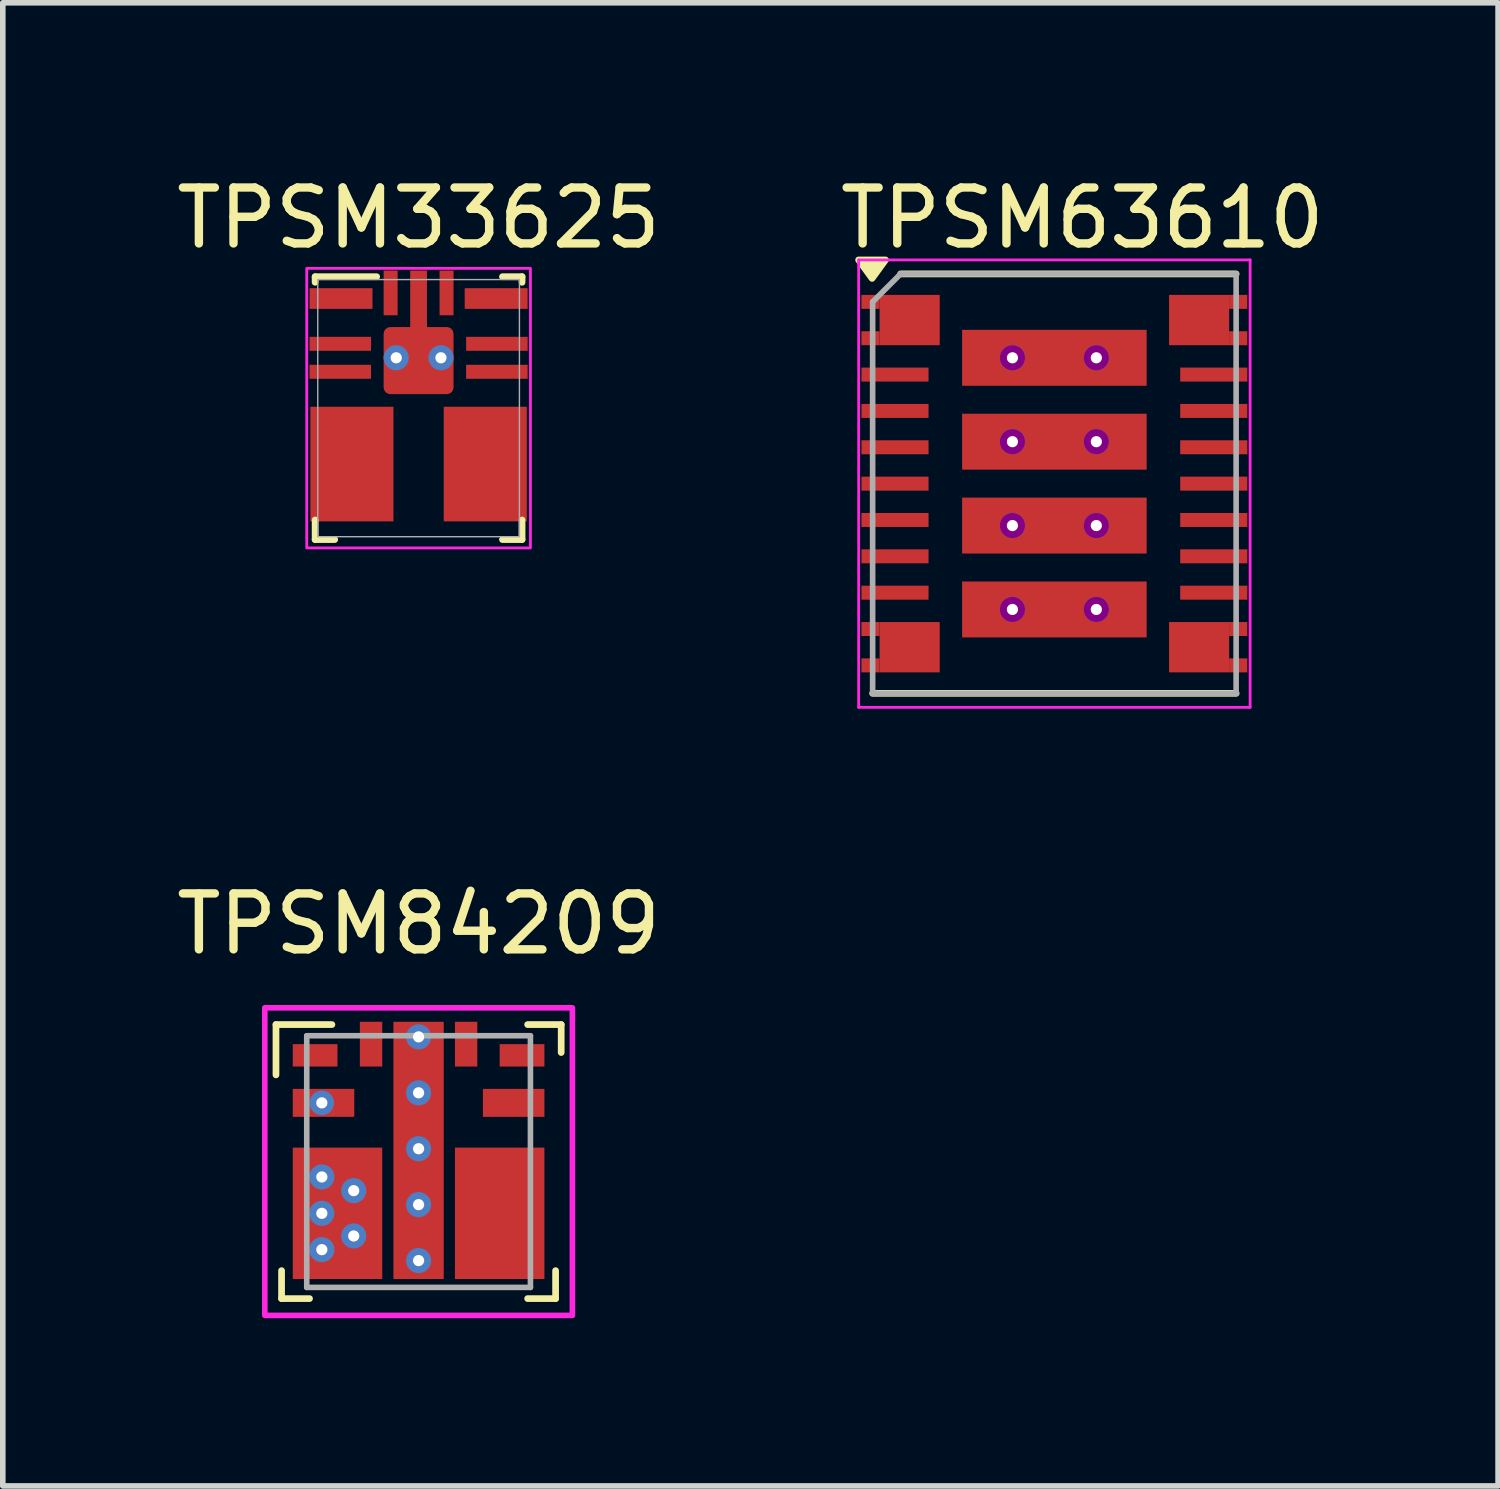
<source format=kicad_pcb>
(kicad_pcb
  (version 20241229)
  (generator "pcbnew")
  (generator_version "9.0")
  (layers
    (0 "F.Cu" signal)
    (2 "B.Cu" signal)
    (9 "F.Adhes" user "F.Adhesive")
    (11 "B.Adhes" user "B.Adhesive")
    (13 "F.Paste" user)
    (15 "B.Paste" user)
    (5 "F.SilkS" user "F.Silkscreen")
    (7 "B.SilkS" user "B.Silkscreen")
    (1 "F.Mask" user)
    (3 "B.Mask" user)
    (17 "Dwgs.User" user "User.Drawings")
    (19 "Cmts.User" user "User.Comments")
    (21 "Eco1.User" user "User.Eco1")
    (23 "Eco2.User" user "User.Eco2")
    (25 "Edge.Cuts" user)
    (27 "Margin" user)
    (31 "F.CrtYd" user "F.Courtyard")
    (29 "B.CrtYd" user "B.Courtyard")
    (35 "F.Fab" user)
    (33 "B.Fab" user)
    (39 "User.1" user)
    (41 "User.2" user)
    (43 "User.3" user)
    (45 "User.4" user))
  (footprint "TPSM63610"
    (layer "F.Cu")
    (at 15.804 5.848)
    (property "Reference" "TPSM63610" (at 0.5 -5 0) (unlocked yes) (layer "F.SilkS") (effects (font (size 1 1) (thickness 0.15))))
    (attr smd)
    (fp_line (start -3.25 3.5) (end 3.25 3.5) (stroke (width 0.12) (type solid)) (layer "F.SilkS"))
    (fp_line (start -2.75 -4) (end 3.25 -4) (stroke (width 0.12) (type solid)) (layer "F.SilkS"))
    (fp_poly (pts (xy -3.26 -3.92) (xy -3.5 -4.25) (xy -3.02 -4.25) (xy -3.26 -3.92)) (stroke (width 0.12) (type solid)) (fill yes) (layer "F.SilkS"))
    (fp_line (start -3.5 -4.25) (end 3.5 -4.25) (stroke (width 0.05) (type solid)) (layer "F.CrtYd"))
    (fp_line (start -3.5 3.75) (end -3.5 -4.25) (stroke (width 0.05) (type solid)) (layer "F.CrtYd"))
    (fp_line (start 3.5 -4.25) (end 3.5 3.75) (stroke (width 0.05) (type solid)) (layer "F.CrtYd"))
    (fp_line (start 3.5 3.75) (end -3.5 3.75) (stroke (width 0.05) (type solid)) (layer "F.CrtYd"))
    (fp_line (start -3.25 3.5) (end -3.25 -3.5) (stroke (width 0.1) (type solid)) (layer "F.Fab"))
    (fp_line (start -2.75 -4) (end -3.25 -3.5) (stroke (width 0.1) (type default)) (layer "F.Fab"))
    (fp_line (start -2.75 -4) (end 3.25 -4) (stroke (width 0.1) (type solid)) (layer "F.Fab"))
    (fp_line (start 3.25 -4) (end 3.25 3.5) (stroke (width 0.1) (type solid)) (layer "F.Fab"))
    (fp_line (start 3.25 3.5) (end -3.25 3.5) (stroke (width 0.1) (type solid)) (layer "F.Fab"))
    (pad "1" smd rect (at -3.288 -3.5 90) (size 0.25 0.325) (layers "F.Cu" "F.Mask" "F.Paste"))
    (pad "1" smd rect (at -3.288 -2.85 90) (size 0.25 0.325) (layers "F.Cu" "F.Mask" "F.Paste"))
    (pad "1" smd rect (at -2.588 -3.175 90) (size 0.9 1.075) (layers "F.Cu" "F.Mask" "F.Paste"))
    (pad "2" smd rect (at -2.85 -2.2 90) (size 0.25 1.2) (layers "F.Cu" "F.Mask" "F.Paste"))
    (pad "3" smd rect (at -2.85 -1.55 90) (size 0.25 1.2) (layers "F.Cu" "F.Mask" "F.Paste"))
    (pad "4" smd rect (at -2.85 -0.9 90) (size 0.25 1.2) (layers "F.Cu" "F.Mask" "F.Paste"))
    (pad "5" smd rect (at -2.85 -0.25 90) (size 0.25 1.2) (layers "F.Cu" "F.Mask" "F.Paste"))
    (pad "6" smd rect (at -2.85 0.4 90) (size 0.25 1.2) (layers "F.Cu" "F.Mask" "F.Paste"))
    (pad "7" smd rect (at -2.85 1.05 90) (size 0.25 1.2) (layers "F.Cu" "F.Mask" "F.Paste"))
    (pad "8" smd rect (at -2.85 1.7 90) (size 0.25 1.2) (layers "F.Cu" "F.Mask" "F.Paste"))
    (pad "9" smd rect (at -3.288 2.35 90) (size 0.25 0.325) (layers "F.Cu" "F.Mask" "F.Paste"))
    (pad "9" smd rect (at -3.288 3 90) (size 0.25 0.325) (layers "F.Cu" "F.Mask" "F.Paste"))
    (pad "9" smd rect (at -2.588 2.675 90) (size 0.9 1.075) (layers "F.Cu" "F.Mask" "F.Paste"))
    (pad "10" smd rect (at 2.588 2.675 90) (size 0.9 1.075) (layers "F.Cu" "F.Mask" "F.Paste"))
    (pad "10" smd rect (at 3.287 2.35 90) (size 0.25 0.325) (layers "F.Cu" "F.Mask" "F.Paste"))
    (pad "10" smd rect (at 3.287 3 90) (size 0.25 0.325) (layers "F.Cu" "F.Mask" "F.Paste"))
    (pad "11" smd rect (at 2.85 1.7 90) (size 0.25 1.2) (layers "F.Cu" "F.Mask" "F.Paste"))
    (pad "12" smd rect (at 2.85 1.05 90) (size 0.25 1.2) (layers "F.Cu" "F.Mask" "F.Paste"))
    (pad "13" smd rect (at 2.85 0.4 90) (size 0.25 1.2) (layers "F.Cu" "F.Mask" "F.Paste"))
    (pad "14" smd rect (at 2.85 -0.25 90) (size 0.25 1.2) (layers "F.Cu" "F.Mask" "F.Paste"))
    (pad "15" smd rect (at 2.85 -0.9 90) (size 0.25 1.2) (layers "F.Cu" "F.Mask" "F.Paste"))
    (pad "16" smd rect (at 2.85 -1.55 90) (size 0.25 1.2) (layers "F.Cu" "F.Mask" "F.Paste"))
    (pad "17" smd rect (at 2.85 -2.2 90) (size 0.25 1.2) (layers "F.Cu" "F.Mask" "F.Paste"))
    (pad "18" smd rect (at 2.588 -3.175 90) (size 0.9 1.075) (layers "F.Cu" "F.Mask" "F.Paste"))
    (pad "18" smd rect (at 3.287 -3.5 90) (size 0.25 0.325) (layers "F.Cu" "F.Mask" "F.Paste"))
    (pad "18" smd rect (at 3.287 -2.85 90) (size 0.25 0.325) (layers "F.Cu" "F.Mask" "F.Paste"))
    (pad "19" thru_hole circle (at -0.75 -2.5) (size 0.45 0.45) (drill 0.2) (property pad_prop_heatsink) (layers "*.Cu" "F.Adhes") (remove_unused_layers yes) (keep_end_layers yes) (zone_layer_connections))
    (pad "19" smd rect (at 0 -2.5 90) (size 1 3.3) (layers "F.Cu" "F.Mask" "F.Paste"))
    (pad "19" thru_hole circle (at 0.75 -2.5) (size 0.45 0.45) (drill 0.2) (property pad_prop_heatsink) (layers "*.Cu" "F.Adhes") (remove_unused_layers yes) (keep_end_layers yes) (zone_layer_connections))
    (pad "20" thru_hole circle (at -0.75 -1) (size 0.45 0.45) (drill 0.2) (property pad_prop_heatsink) (layers "*.Cu" "F.Adhes") (remove_unused_layers yes) (keep_end_layers yes) (zone_layer_connections))
    (pad "20" smd rect (at 0 -1 90) (size 1 3.3) (layers "F.Cu" "F.Mask" "F.Paste"))
    (pad "20" thru_hole circle (at 0.75 -1) (size 0.45 0.45) (drill 0.2) (property pad_prop_heatsink) (layers "*.Cu" "F.Adhes") (remove_unused_layers yes) (keep_end_layers yes) (zone_layer_connections))
    (pad "21" thru_hole circle (at -0.75 0.5) (size 0.45 0.45) (drill 0.2) (property pad_prop_heatsink) (layers "*.Cu" "F.Adhes") (remove_unused_layers yes) (keep_end_layers yes) (zone_layer_connections))
    (pad "21" smd rect (at 0 0.5 90) (size 1 3.3) (layers "F.Cu" "F.Mask" "F.Paste"))
    (pad "21" thru_hole circle (at 0.75 0.5) (size 0.45 0.45) (drill 0.2) (property pad_prop_heatsink) (layers "*.Cu" "F.Adhes") (remove_unused_layers yes) (keep_end_layers yes) (zone_layer_connections))
    (pad "22" thru_hole circle (at -0.75 2) (size 0.45 0.45) (drill 0.2) (property pad_prop_heatsink) (layers "*.Cu" "F.Adhes") (remove_unused_layers yes) (keep_end_layers yes) (zone_layer_connections))
    (pad "22" smd rect (at 0 2 90) (size 1 3.3) (layers "F.Cu" "F.Mask" "F.Paste"))
    (pad "22" thru_hole circle (at 0.75 2) (size 0.45 0.45) (drill 0.2) (property pad_prop_heatsink) (layers "*.Cu" "F.Adhes") (remove_unused_layers yes) (keep_end_layers yes) (zone_layer_connections)))
  (footprint "TPSM33625"
    (layer "F.Cu")
    (at 4.435 4.248)
    (property "Reference" "TPSM33625" (at 0 -3.4 0) (unlocked yes) (layer "F.SilkS") (effects (font (size 1 1) (thickness 0.15))))
    (attr smd)
    (fp_poly (pts (xy -1.55 -0.025) (xy -1.55 0.175) (xy -1.935 0.175) (xy -1.935 0.425) (xy -1.55 0.425) (xy -1.55 0.675) (xy -1.935 0.675) (xy -1.935 0.925) (xy -1.55 0.925) (xy -1.55 1.175) (xy -1.935 1.175) (xy -1.935 1.425) (xy -1.55 1.425) (xy -1.55 1.675) (xy -1.935 1.675) (xy -1.935 1.925) (xy -1.55 1.925) (xy -1.55 2.025) (xy -0.45 2.025) (xy -0.45 -0.025)) (stroke (width 0) (type solid)) (fill yes) (layer "F.Mask"))
    (fp_poly (pts (xy 0.45 -0.025) (xy 0.45 2.025) (xy 1.55 2.025) (xy 1.55 1.925) (xy 1.935 1.925) (xy 1.935 1.675) (xy 1.55 1.675) (xy 1.55 1.425) (xy 1.935 1.425) (xy 1.935 1.175) (xy 1.55 1.175) (xy 1.55 0.925) (xy 1.935 0.925) (xy 1.935 0.675) (xy 1.55 0.675) (xy 1.55 0.425) (xy 1.935 0.425) (xy 1.935 0.175) (xy 1.55 0.175) (xy 1.55 -0.025)) (stroke (width 0) (type solid)) (fill yes) (layer "F.Mask"))
    (fp_line (start -1.85 -2.35) (end -0.75 -2.35) (stroke (width 0.12) (type solid)) (layer "F.SilkS"))
    (fp_line (start -1.85 -2.25) (end -1.85 -2.35) (stroke (width 0.12) (type solid)) (layer "F.SilkS"))
    (fp_line (start -1.85 2.35) (end -1.85 2) (stroke (width 0.12) (type solid)) (layer "F.SilkS"))
    (fp_line (start -1.85 2.35) (end -1.5 2.35) (stroke (width 0.12) (type solid)) (layer "F.SilkS"))
    (fp_line (start 1.5 -2.35) (end 1.85 -2.35) (stroke (width 0.12) (type solid)) (layer "F.SilkS"))
    (fp_line (start 1.5 2.35) (end 1.85 2.35) (stroke (width 0.12) (type solid)) (layer "F.SilkS"))
    (fp_line (start 1.85 -2.25) (end 1.85 -2.35) (stroke (width 0.12) (type solid)) (layer "F.SilkS"))
    (fp_line (start 1.85 2.35) (end 1.85 2) (stroke (width 0.12) (type solid)) (layer "F.SilkS"))
    (fp_rect (start -2 -2.5) (end 2 2.5) (stroke (width 0.05) (type default)) (fill no) (layer "F.CrtYd"))
    (fp_line (start -1.803 -2.299) (end -1.803 2.299) (stroke (width 0.025) (type solid)) (layer "F.Fab"))
    (fp_line (start -1.803 2.299) (end 1.803 2.299) (stroke (width 0.025) (type solid)) (layer "F.Fab"))
    (fp_line (start 1.803 -2.299) (end -1.803 -2.299) (stroke (width 0.025) (type solid)) (layer "F.Fab"))
    (fp_line (start 1.803 2.299) (end 1.803 -2.299) (stroke (width 0.025) (type solid)) (layer "F.Fab"))
    (pad "" smd rect (at -1.742 0.3) (size 0.385 0.25) (layers "F.Paste"))
    (pad "" smd rect (at -1.742 0.8) (size 0.385 0.25) (layers "F.Paste"))
    (pad "" smd rect (at -1.742 1.3) (size 0.385 0.25) (layers "F.Paste"))
    (pad "" smd rect (at -1.742 1.8) (size 0.385 0.25) (layers "F.Paste"))
    (pad "" smd roundrect (at -0.926 0.244 90) (size 0.512 0.935) (layers "F.Paste") (roundrect_rratio 0.1))
    (pad "" smd roundrect (at -0.925 1.757 90) (size 0.512 0.935) (layers "F.Paste") (roundrect_rratio 0.1))
    (pad "" smd roundrect (at -0.921 1.008 90) (size 0.512 0.935) (layers "F.Paste") (roundrect_rratio 0.1))
    (pad "" smd roundrect (at 0.921 1.013 90) (size 0.512 0.935) (layers "F.Paste") (roundrect_rratio 0.1))
    (pad "" smd roundrect (at 0.922 0.246 90) (size 0.512 0.935) (layers "F.Paste") (roundrect_rratio 0.1))
    (pad "" smd roundrect (at 0.922 1.759 90) (size 0.512 0.935) (layers "F.Paste") (roundrect_rratio 0.1))
    (pad "" smd rect (at 1.742 0.3) (size 0.385 0.25) (layers "F.Paste"))
    (pad "" smd rect (at 1.742 0.8) (size 0.385 0.25) (layers "F.Paste"))
    (pad "" smd rect (at 1.742 1.3) (size 0.385 0.25) (layers "F.Paste"))
    (pad "" smd rect (at 1.742 1.8) (size 0.385 0.25) (layers "F.Paste"))
    (pad "1" smd rect (at -1.387 -1.96) (size 1.125 0.37) (layers "F.Cu" "F.Mask" "F.Paste"))
    (pad "2" smd rect (at -1.4 -1.15) (size 1.1 0.25) (layers "F.Cu" "F.Mask" "F.Paste"))
    (pad "3" smd rect (at -1.4 -0.65) (size 1.1 0.25) (layers "F.Cu" "F.Mask" "F.Paste"))
    (pad "4" smd rect (at -1.192 1) (size 1.485 2.05) (layers "F.Cu"))
    (pad "5" smd rect (at 1.192 1) (size 1.485 2.05) (layers "F.Cu"))
    (pad "6" smd rect (at 1.4 -0.65) (size 1.1 0.25) (layers "F.Cu" "F.Mask" "F.Paste"))
    (pad "7" smd rect (at 1.4 -1.15) (size 1.1 0.25) (layers "F.Cu" "F.Mask" "F.Paste"))
    (pad "8" smd rect (at 1.387 -1.96) (size 1.125 0.37) (layers "F.Cu" "F.Mask" "F.Paste"))
    (pad "9" smd rect (at 0.5 -2.06 90) (size 0.8 0.25) (layers "F.Cu" "F.Mask" "F.Paste"))
    (pad "10" thru_hole circle (at -0.4 -0.9) (size 0.45 0.45) (drill 0.2) (property pad_prop_heatsink) (layers "*.Cu") (remove_unused_layers yes) (keep_end_layers yes) (zone_layer_connections))
    (pad "10" smd rect (at 0 -1.7 90) (size 1.52 0.3) (layers "F.Cu" "F.Mask" "F.Paste"))
    (pad "10" smd roundrect (at 0 -0.85) (size 1.25 1.2) (layers "F.Cu") (roundrect_rratio 0.1))
    (pad "10" thru_hole circle (at 0.4 -0.9) (size 0.45 0.45) (drill 0.2) (property pad_prop_heatsink) (layers "*.Cu") (remove_unused_layers yes) (keep_end_layers yes) (zone_layer_connections))
    (pad "11" smd rect (at -0.5 -2.06 90) (size 0.8 0.25) (layers "F.Cu" "F.Mask" "F.Paste")))
  (footprint "TPSM84209"
    (layer "F.Cu")
    (at 4.435 17.721)
    (property "Reference" "TPSM84209" (at 0 -4.25 0) (layer "F.SilkS") (effects (font (size 1 1) (thickness 0.15))))
    (attr smd)
    (fp_poly (pts (xy -2.15 -0.2) (xy -0.75 -0.2) (xy -0.7 -0.15) (xy -0.7 2) (xy -0.75 2.05) (xy -2.15 2.05) (xy -2.2 2) (xy -2.2 1.8) (xy -2.15 1.75) (xy -1.875 1.75) (xy -1.825 1.7) (xy -1.825 1.45) (xy -1.875 1.4) (xy -2.15 1.4) (xy -2.2 1.35) (xy -2.2 1.15) (xy -2.15 1.1) (xy -1.875 1.1) (xy -1.825 1.05) (xy -1.825 0.8) (xy -1.875 0.75) (xy -2.15 0.75) (xy -2.2 0.7) (xy -2.2 0.5) (xy -2.15 0.45) (xy -1.875 0.45) (xy -1.825 0.4) (xy -1.825 0.15) (xy -1.875 0.1) (xy -2.15 0.1) (xy -2.2 0.05) (xy -2.2 -0.15)) (stroke (width 0.1) (type solid)) (fill yes) (layer "F.Mask"))
    (fp_poly (pts (xy 2.15 -0.2) (xy 0.75 -0.2) (xy 0.7 -0.15) (xy 0.7 2) (xy 0.75 2.05) (xy 2.15 2.05) (xy 2.2 2) (xy 2.2 1.8) (xy 2.15 1.75) (xy 1.875 1.75) (xy 1.825 1.7) (xy 1.825 1.45) (xy 1.875 1.4) (xy 2.15 1.4) (xy 2.2 1.35) (xy 2.2 1.15) (xy 2.15 1.1) (xy 1.875 1.1) (xy 1.825 1.05) (xy 1.825 0.8) (xy 1.875 0.75) (xy 2.15 0.75) (xy 2.2 0.7) (xy 2.2 0.5) (xy 2.15 0.45) (xy 1.875 0.45) (xy 1.825 0.4) (xy 1.825 0.15) (xy 1.875 0.1) (xy 2.15 0.1) (xy 2.2 0.05) (xy 2.2 -0.15)) (stroke (width 0.1) (type solid)) (fill yes) (layer "F.Mask"))
    (fp_poly (pts (xy -0.15 -2.45) (xy 0.15 -2.45) (xy 0.16 -2.449) (xy 0.169 -2.446) (xy 0.178 -2.442) (xy 0.185 -2.435) (xy 0.192 -2.428) (xy 0.196 -2.419) (xy 0.199 -2.41) (xy 0.2 -2.4) (xy 0.2 -1.5) (xy 0.199 -1.49) (xy 0.196 -1.481) (xy 0.192 -1.472) (xy 0.185 -1.465) (xy 0.178 -1.458) (xy 0.169 -1.454) (xy 0.16 -1.451) (xy 0.15 -1.45) (xy -0.15 -1.45) (xy -0.16 -1.451) (xy -0.169 -1.454) (xy -0.178 -1.458) (xy -0.185 -1.465) (xy -0.192 -1.472) (xy -0.196 -1.481) (xy -0.199 -1.49) (xy -0.2 -1.5) (xy -0.2 -2.4) (xy -0.199 -2.41) (xy -0.196 -2.419) (xy -0.192 -2.428) (xy -0.185 -2.435) (xy -0.178 -2.442) (xy -0.169 -2.446) (xy -0.16 -2.449)) (stroke (width 0.1) (type solid)) (fill yes) (layer "F.Mask"))
    (fp_line (start -2.55 -2.45) (end -1.55 -2.45) (stroke (width 0.12) (type solid)) (layer "F.SilkS"))
    (fp_line (start -2.55 -1.55) (end -2.55 -2.45) (stroke (width 0.12) (type solid)) (layer "F.SilkS"))
    (fp_line (start -2.45 2.45) (end -2.45 1.95) (stroke (width 0.12) (type solid)) (layer "F.SilkS"))
    (fp_line (start -2.45 2.45) (end -1.95 2.45) (stroke (width 0.12) (type solid)) (layer "F.SilkS"))
    (fp_line (start 1.95 -2.45) (end 2.55 -2.45) (stroke (width 0.12) (type solid)) (layer "F.SilkS"))
    (fp_line (start 1.95 2.45) (end 2.45 2.45) (stroke (width 0.12) (type solid)) (layer "F.SilkS"))
    (fp_line (start 2.45 2.45) (end 2.45 1.95) (stroke (width 0.12) (type solid)) (layer "F.SilkS"))
    (fp_line (start 2.55 -1.95) (end 2.55 -2.45) (stroke (width 0.12) (type solid)) (layer "F.SilkS"))
    (fp_poly (pts (xy -0.15 -2.45) (xy 0.15 -2.45) (xy 0.16 -2.449) (xy 0.169 -2.446) (xy 0.178 -2.442) (xy 0.185 -2.435) (xy 0.192 -2.428) (xy 0.196 -2.419) (xy 0.199 -2.41) (xy 0.2 -2.4) (xy 0.2 -1.5) (xy 0.199 -1.49) (xy 0.196 -1.481) (xy 0.192 -1.472) (xy 0.185 -1.465) (xy 0.178 -1.458) (xy 0.169 -1.454) (xy 0.16 -1.451) (xy 0.15 -1.45) (xy -0.15 -1.45) (xy -0.16 -1.451) (xy -0.169 -1.454) (xy -0.178 -1.458) (xy -0.185 -1.465) (xy -0.192 -1.472) (xy -0.196 -1.481) (xy -0.199 -1.49) (xy -0.2 -1.5) (xy -0.2 -2.4) (xy -0.199 -2.41) (xy -0.196 -2.419) (xy -0.192 -2.428) (xy -0.185 -2.435) (xy -0.178 -2.442) (xy -0.169 -2.446) (xy -0.16 -2.449)) (stroke (width 0.1) (type solid)) (fill yes) (layer "F.Paste"))
    (fp_rect (start -2.75 -2.75) (end 2.75 2.75) (stroke (width 0.1) (type solid)) (fill no) (layer "F.CrtYd"))
    (fp_line (start -2 -2.25) (end 2 -2.25) (stroke (width 0.1) (type solid)) (layer "F.Fab"))
    (fp_line (start -2 2.25) (end -2 -2.25) (stroke (width 0.1) (type solid)) (layer "F.Fab"))
    (fp_line (start -2 2.25) (end 2 2.25) (stroke (width 0.1) (type solid)) (layer "F.Fab"))
    (fp_line (start 2 2.25) (end 2 -2.25) (stroke (width 0.1) (type solid)) (layer "F.Fab"))
    (pad "" smd roundrect (at -2.004 1.891) (size 0.37 0.37) (layers "F.Paste") (roundrect_rratio 0.2))
    (pad "" smd roundrect (at -2.004 -0.039) (size 0.37 0.37) (layers "F.Paste") (roundrect_rratio 0.2))
    (pad "" smd roundrect (at -1.997 0.605) (size 0.37 0.4) (layers "F.Paste") (roundrect_rratio 0.2))
    (pad "" smd roundrect (at -1.994 1.244) (size 0.37 0.4) (layers "F.Paste") (roundrect_rratio 0.2))
    (pad "" smd roundrect (at -1.16 0.1) (size 0.9 0.6) (layers "F.Paste") (roundrect_rratio 0.2))
    (pad "" smd roundrect (at -1.155 0.926) (size 0.9 0.6) (layers "F.Paste") (roundrect_rratio 0.2))
    (pad "" smd roundrect (at -1.152 1.753) (size 0.9 0.6) (layers "F.Paste") (roundrect_rratio 0.2))
    (pad "" smd roundrect (at 1.179 0.923) (size 0.95 0.65) (layers "F.Paste") (roundrect_rratio 0.2))
    (pad "" smd roundrect (at 1.183 0.139) (size 0.95 0.65) (layers "F.Paste") (roundrect_rratio 0.2))
    (pad "" smd roundrect (at 1.188 1.712) (size 0.95 0.65) (layers "F.Paste") (roundrect_rratio 0.2))
    (pad "" smd roundrect (at 1.985 1.25) (size 0.45 0.37) (layers "F.Paste") (roundrect_rratio 0.2))
    (pad "" smd roundrect (at 1.986 0.597) (size 0.45 0.37) (layers "F.Paste") (roundrect_rratio 0.2))
    (pad "" smd roundrect (at 1.986 -0.051) (size 0.45 0.37) (layers "F.Paste") (roundrect_rratio 0.2))
    (pad "" smd roundrect (at 1.99 1.9) (size 0.45 0.37) (layers "F.Paste") (roundrect_rratio 0.2))
    (pad "1" smd rect (at -1.85 -1.9) (size 0.8 0.4) (layers "F.Cu" "F.Mask" "F.Paste"))
    (pad "2" thru_hole circle (at -1.73 -1.05 90) (size 0.44 0.44) (drill 0.2) (property pad_prop_heatsink) (layers "*.Cu") (remove_unused_layers yes) (keep_end_layers yes) (zone_layer_connections))
    (pad "2" smd rect (at -1.7 -1.05) (size 1.1 0.5) (layers "F.Cu" "F.Mask" "F.Paste"))
    (pad "3" thru_hole circle (at -1.73 0.275) (size 0.45 0.45) (drill 0.2) (property pad_prop_heatsink) (layers "*.Cu") (remove_unused_layers yes) (keep_end_layers yes) (zone_layer_connections))
    (pad "3" thru_hole circle (at -1.73 0.925) (size 0.45 0.45) (drill 0.2) (property pad_prop_heatsink) (layers "*.Cu") (remove_unused_layers yes) (keep_end_layers yes) (zone_layer_connections))
    (pad "3" thru_hole circle (at -1.73 1.575) (size 0.45 0.45) (drill 0.2) (property pad_prop_heatsink) (layers "*.Cu") (remove_unused_layers yes) (keep_end_layers yes) (zone_layer_connections))
    (pad "3" smd rect (at -1.45 0.925) (size 1.6 2.35) (layers "F.Cu"))
    (pad "3" thru_hole circle (at -1.16 0.52) (size 0.45 0.45) (drill 0.2) (property pad_prop_heatsink) (layers "*.Cu") (remove_unused_layers yes) (keep_end_layers yes) (zone_layer_connections))
    (pad "3" thru_hole circle (at -1.16 1.33) (size 0.45 0.45) (drill 0.2) (property pad_prop_heatsink) (layers "*.Cu") (remove_unused_layers yes) (keep_end_layers yes) (zone_layer_connections))
    (pad "4" smd rect (at 1.45 0.925) (size 1.6 2.35) (layers "F.Cu"))
    (pad "5" smd rect (at 1.7 -1.05) (size 1.1 0.5) (layers "F.Cu" "F.Mask" "F.Paste"))
    (pad "6" smd rect (at 1.85 -1.9) (size 0.8 0.4) (layers "F.Cu" "F.Mask" "F.Paste"))
    (pad "7" smd rect (at 0.85 -2.1 90) (size 0.8 0.4) (layers "F.Cu" "F.Mask" "F.Paste"))
    (pad "8" thru_hole circle (at 0 -2.23) (size 0.45 0.45) (drill 0.2) (property pad_prop_heatsink) (layers "*.Cu") (remove_unused_layers yes) (keep_end_layers yes) (zone_layer_connections))
    (pad "8" thru_hole circle (at 0 -1.23) (size 0.45 0.45) (drill 0.2) (property pad_prop_heatsink) (layers "*.Cu") (remove_unused_layers yes) (keep_end_layers yes) (zone_layer_connections))
    (pad "8" thru_hole circle (at 0 -0.23) (size 0.45 0.45) (drill 0.2) (property pad_prop_heatsink) (layers "*.Cu") (remove_unused_layers yes) (keep_end_layers yes) (zone_layer_connections))
    (pad "8" smd rect (at 0 -0.2) (size 0.9 4.6) (layers "F.Cu"))
    (pad "8" thru_hole circle (at 0 0.77) (size 0.45 0.45) (drill 0.2) (property pad_prop_heatsink) (layers "*.Cu") (remove_unused_layers yes) (keep_end_layers yes) (zone_layer_connections))
    (pad "8" thru_hole circle (at 0 1.77) (size 0.45 0.45) (drill 0.2) (property pad_prop_heatsink) (layers "*.Cu") (remove_unused_layers yes) (keep_end_layers yes) (zone_layer_connections))
    (pad "9" smd rect (at -0.85 -2.1 90) (size 0.8 0.4) (layers "F.Cu" "F.Mask" "F.Paste")))
  (gr_rect
    (start -3 -3)
    (end 23.738 23.521)
    (stroke (width 0.1) (type default))
    (fill no)
    (layer "Edge.Cuts")))
</source>
